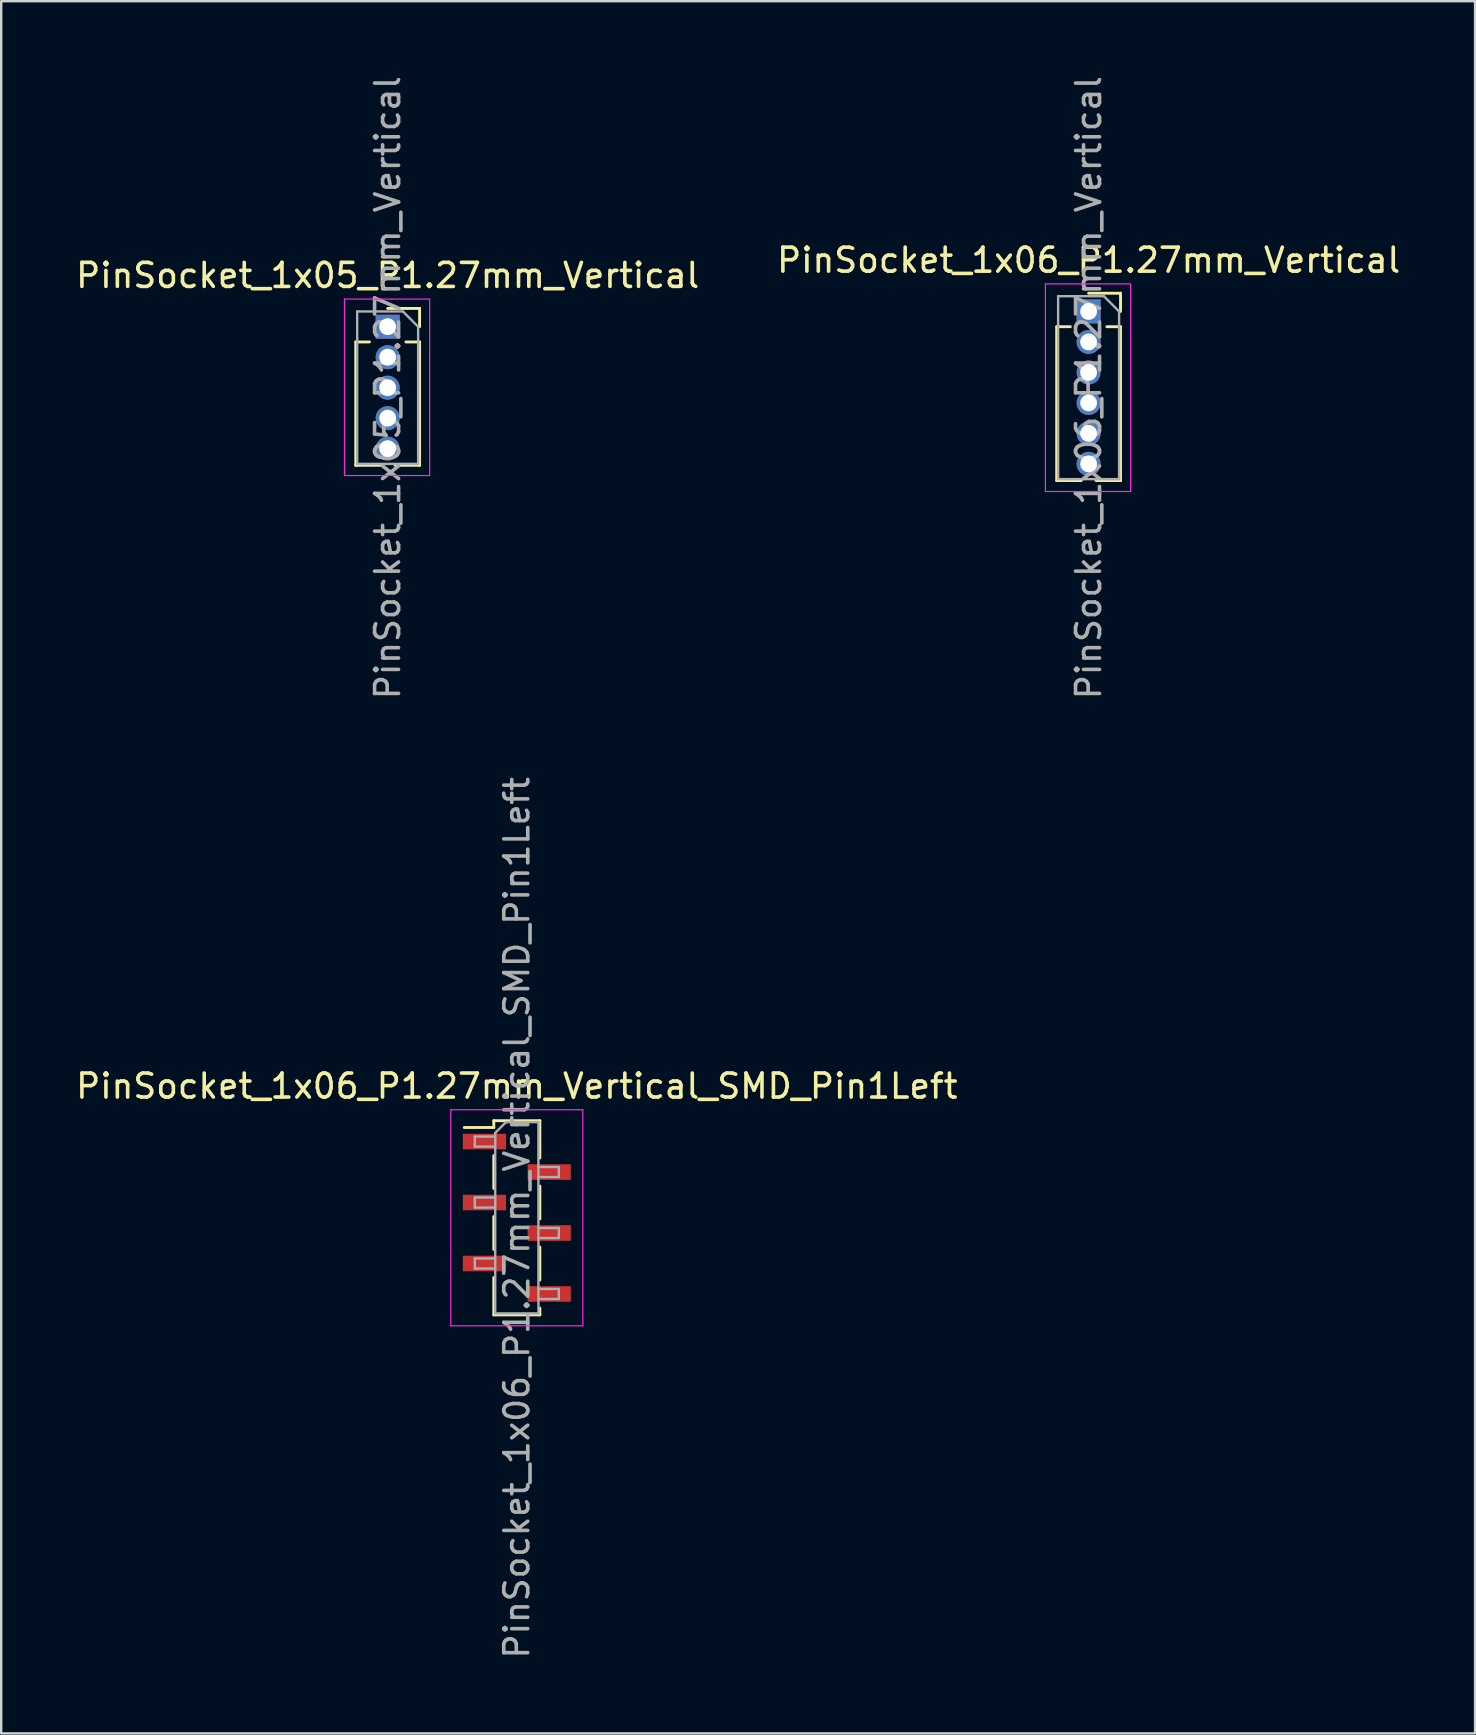
<source format=kicad_pcb>
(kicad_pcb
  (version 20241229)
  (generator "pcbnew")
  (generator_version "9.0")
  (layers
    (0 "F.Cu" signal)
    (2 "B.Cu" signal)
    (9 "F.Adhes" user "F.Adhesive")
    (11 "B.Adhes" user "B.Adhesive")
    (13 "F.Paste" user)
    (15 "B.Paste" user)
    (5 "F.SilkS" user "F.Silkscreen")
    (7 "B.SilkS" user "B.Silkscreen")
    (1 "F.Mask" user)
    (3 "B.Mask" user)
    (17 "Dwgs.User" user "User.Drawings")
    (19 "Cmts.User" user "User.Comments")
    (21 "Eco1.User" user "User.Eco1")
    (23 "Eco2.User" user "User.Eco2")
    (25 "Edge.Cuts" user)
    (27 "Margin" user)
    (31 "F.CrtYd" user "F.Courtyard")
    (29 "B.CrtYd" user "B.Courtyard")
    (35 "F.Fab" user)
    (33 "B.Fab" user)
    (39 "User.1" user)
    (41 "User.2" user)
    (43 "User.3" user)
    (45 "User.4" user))
  (footprint "PinSocket_1x06_P1.27mm_Vertical"
    (layer "F.Cu")
    (at 42.304 9.926)
    (property "Reference" "PinSocket_1x06_P1.27mm_Vertical" (at 0 -2.135 0) (layer "F.SilkS") (effects (font (size 1 1) (thickness 0.15))))
    (attr through_hole)
    (fp_line (start -1.33 0.635) (end -1.33 7.045) (stroke (width 0.12) (type solid)) (layer "F.SilkS"))
    (fp_line (start -1.33 0.635) (end -0.76 0.635) (stroke (width 0.12) (type solid)) (layer "F.SilkS"))
    (fp_line (start -1.33 7.045) (end -0.308 7.045) (stroke (width 0.12) (type solid)) (layer "F.SilkS"))
    (fp_line (start 0 -0.76) (end 1.33 -0.76) (stroke (width 0.12) (type solid)) (layer "F.SilkS"))
    (fp_line (start 0.308 7.045) (end 1.33 7.045) (stroke (width 0.12) (type solid)) (layer "F.SilkS"))
    (fp_line (start 0.76 0.635) (end 1.33 0.635) (stroke (width 0.12) (type solid)) (layer "F.SilkS"))
    (fp_line (start 1.33 -0.76) (end 1.33 0) (stroke (width 0.12) (type solid)) (layer "F.SilkS"))
    (fp_line (start 1.33 0.635) (end 1.33 7.045) (stroke (width 0.12) (type solid)) (layer "F.SilkS"))
    (fp_line (start -1.8 -1.15) (end 1.75 -1.15) (stroke (width 0.05) (type solid)) (layer "F.CrtYd"))
    (fp_line (start -1.8 7.5) (end -1.8 -1.15) (stroke (width 0.05) (type solid)) (layer "F.CrtYd"))
    (fp_line (start 1.75 -1.15) (end 1.75 7.5) (stroke (width 0.05) (type solid)) (layer "F.CrtYd"))
    (fp_line (start 1.75 7.5) (end -1.8 7.5) (stroke (width 0.05) (type solid)) (layer "F.CrtYd"))
    (fp_line (start -1.27 -0.635) (end 0.635 -0.635) (stroke (width 0.1) (type solid)) (layer "F.Fab"))
    (fp_line (start -1.27 6.985) (end -1.27 -0.635) (stroke (width 0.1) (type solid)) (layer "F.Fab"))
    (fp_line (start 0.635 -0.635) (end 1.27 0) (stroke (width 0.1) (type solid)) (layer "F.Fab"))
    (fp_line (start 1.27 0) (end 1.27 6.985) (stroke (width 0.1) (type solid)) (layer "F.Fab"))
    (fp_line (start 1.27 6.985) (end -1.27 6.985) (stroke (width 0.1) (type solid)) (layer "F.Fab"))
    (fp_text user "${REFERENCE}" (at 0 3.175 90) (layer "F.Fab") (effects (font (size 1 1) (thickness 0.15))))
    (pad "1" thru_hole rect (at 0 0) (size 1 1) (drill 0.7) (layers "*.Cu" "*.Mask"))
    (pad "2" thru_hole circle (at 0 1.27) (size 1 1) (drill 0.7) (layers "*.Cu" "*.Mask"))
    (pad "3" thru_hole circle (at 0 2.54) (size 1 1) (drill 0.7) (layers "*.Cu" "*.Mask"))
    (pad "4" thru_hole circle (at 0 3.81) (size 1 1) (drill 0.7) (layers "*.Cu" "*.Mask"))
    (pad "5" thru_hole circle (at 0 5.08) (size 1 1) (drill 0.7) (layers "*.Cu" "*.Mask"))
    (pad "6" thru_hole circle (at 0 6.35) (size 1 1) (drill 0.7) (layers "*.Cu" "*.Mask")))
  (footprint "PinSocket_1x06_P1.27mm_Vertical_SMD_Pin1Left"
    (layer "F.Cu")
    (at 18.482 47.685)
    (property "Reference" "PinSocket_1x06_P1.27mm_Vertical_SMD_Pin1Left" (at 0 -5.485 0) (layer "F.SilkS") (effects (font (size 1 1) (thickness 0.15))))
    (attr smd)
    (fp_line (start -2.19 -3.76) (end -0.96 -3.76) (stroke (width 0.12) (type solid)) (layer "F.SilkS"))
    (fp_line (start -0.96 -4.045) (end -0.96 -3.76) (stroke (width 0.12) (type solid)) (layer "F.SilkS"))
    (fp_line (start -0.96 -4.045) (end 0.96 -4.045) (stroke (width 0.12) (type solid)) (layer "F.SilkS"))
    (fp_line (start -0.96 -2.59) (end -0.96 -1.22) (stroke (width 0.12) (type solid)) (layer "F.SilkS"))
    (fp_line (start -0.96 -0.05) (end -0.96 1.32) (stroke (width 0.12) (type solid)) (layer "F.SilkS"))
    (fp_line (start -0.96 2.49) (end -0.96 4.045) (stroke (width 0.12) (type solid)) (layer "F.SilkS"))
    (fp_line (start -0.96 4.045) (end 0.96 4.045) (stroke (width 0.12) (type solid)) (layer "F.SilkS"))
    (fp_line (start 0.96 -4.045) (end 0.96 -2.49) (stroke (width 0.12) (type solid)) (layer "F.SilkS"))
    (fp_line (start 0.96 -1.32) (end 0.96 0.05) (stroke (width 0.12) (type solid)) (layer "F.SilkS"))
    (fp_line (start 0.96 1.22) (end 0.96 2.59) (stroke (width 0.12) (type solid)) (layer "F.SilkS"))
    (fp_line (start 0.96 3.76) (end 0.96 4.045) (stroke (width 0.12) (type solid)) (layer "F.SilkS"))
    (fp_line (start -2.75 -4.5) (end 2.75 -4.5) (stroke (width 0.05) (type solid)) (layer "F.CrtYd"))
    (fp_line (start -2.75 4.5) (end -2.75 -4.5) (stroke (width 0.05) (type solid)) (layer "F.CrtYd"))
    (fp_line (start 2.75 -4.5) (end 2.75 4.5) (stroke (width 0.05) (type solid)) (layer "F.CrtYd"))
    (fp_line (start 2.75 4.5) (end -2.75 4.5) (stroke (width 0.05) (type solid)) (layer "F.CrtYd"))
    (fp_line (start -1.75 -3.385) (end -0.9 -3.385) (stroke (width 0.1) (type solid)) (layer "F.Fab"))
    (fp_line (start -1.75 -2.965) (end -1.75 -3.385) (stroke (width 0.1) (type solid)) (layer "F.Fab"))
    (fp_line (start -1.75 -0.845) (end -0.9 -0.845) (stroke (width 0.1) (type solid)) (layer "F.Fab"))
    (fp_line (start -1.75 -0.425) (end -1.75 -0.845) (stroke (width 0.1) (type solid)) (layer "F.Fab"))
    (fp_line (start -1.75 1.695) (end -0.9 1.695) (stroke (width 0.1) (type solid)) (layer "F.Fab"))
    (fp_line (start -1.75 2.115) (end -1.75 1.695) (stroke (width 0.1) (type solid)) (layer "F.Fab"))
    (fp_line (start -0.9 -3.535) (end -0.45 -3.985) (stroke (width 0.1) (type solid)) (layer "F.Fab"))
    (fp_line (start -0.9 -2.965) (end -1.75 -2.965) (stroke (width 0.1) (type solid)) (layer "F.Fab"))
    (fp_line (start -0.9 -0.425) (end -1.75 -0.425) (stroke (width 0.1) (type solid)) (layer "F.Fab"))
    (fp_line (start -0.9 2.115) (end -1.75 2.115) (stroke (width 0.1) (type solid)) (layer "F.Fab"))
    (fp_line (start -0.9 3.985) (end -0.9 -3.535) (stroke (width 0.1) (type solid)) (layer "F.Fab"))
    (fp_line (start -0.45 -3.985) (end 0.9 -3.985) (stroke (width 0.1) (type solid)) (layer "F.Fab"))
    (fp_line (start 0.9 -3.985) (end 0.9 3.985) (stroke (width 0.1) (type solid)) (layer "F.Fab"))
    (fp_line (start 0.9 -2.115) (end 1.75 -2.115) (stroke (width 0.1) (type solid)) (layer "F.Fab"))
    (fp_line (start 0.9 0.425) (end 1.75 0.425) (stroke (width 0.1) (type solid)) (layer "F.Fab"))
    (fp_line (start 0.9 2.965) (end 1.75 2.965) (stroke (width 0.1) (type solid)) (layer "F.Fab"))
    (fp_line (start 0.9 3.985) (end -0.9 3.985) (stroke (width 0.1) (type solid)) (layer "F.Fab"))
    (fp_line (start 1.75 -2.115) (end 1.75 -1.695) (stroke (width 0.1) (type solid)) (layer "F.Fab"))
    (fp_line (start 1.75 -1.695) (end 0.9 -1.695) (stroke (width 0.1) (type solid)) (layer "F.Fab"))
    (fp_line (start 1.75 0.425) (end 1.75 0.845) (stroke (width 0.1) (type solid)) (layer "F.Fab"))
    (fp_line (start 1.75 0.845) (end 0.9 0.845) (stroke (width 0.1) (type solid)) (layer "F.Fab"))
    (fp_line (start 1.75 2.965) (end 1.75 3.385) (stroke (width 0.1) (type solid)) (layer "F.Fab"))
    (fp_line (start 1.75 3.385) (end 0.9 3.385) (stroke (width 0.1) (type solid)) (layer "F.Fab"))
    (fp_text user "${REFERENCE}" (at 0 0 90) (layer "F.Fab") (effects (font (size 1 1) (thickness 0.15))))
    (pad "1" smd rect (at -1.35 -3.175) (size 1.8 0.65) (layers "F.Cu" "F.Mask" "F.Paste"))
    (pad "2" smd rect (at 1.35 -1.905) (size 1.8 0.65) (layers "F.Cu" "F.Mask" "F.Paste"))
    (pad "3" smd rect (at -1.35 -0.635) (size 1.8 0.65) (layers "F.Cu" "F.Mask" "F.Paste"))
    (pad "4" smd rect (at 1.35 0.635) (size 1.8 0.65) (layers "F.Cu" "F.Mask" "F.Paste"))
    (pad "5" smd rect (at -1.35 1.905) (size 1.8 0.65) (layers "F.Cu" "F.Mask" "F.Paste"))
    (pad "6" smd rect (at 1.35 3.175) (size 1.8 0.65) (layers "F.Cu" "F.Mask" "F.Paste")))
  (footprint "PinSocket_1x05_P1.27mm_Vertical"
    (layer "F.Cu")
    (at 13.101 10.561)
    (property "Reference" "PinSocket_1x05_P1.27mm_Vertical" (at 0 -2.135 0) (layer "F.SilkS") (effects (font (size 1 1) (thickness 0.15))))
    (attr through_hole)
    (fp_line (start -1.33 0.635) (end -1.33 5.775) (stroke (width 0.12) (type solid)) (layer "F.SilkS"))
    (fp_line (start -1.33 0.635) (end -0.76 0.635) (stroke (width 0.12) (type solid)) (layer "F.SilkS"))
    (fp_line (start -1.33 5.775) (end -0.308 5.775) (stroke (width 0.12) (type solid)) (layer "F.SilkS"))
    (fp_line (start 0 -0.76) (end 1.33 -0.76) (stroke (width 0.12) (type solid)) (layer "F.SilkS"))
    (fp_line (start 0.308 5.775) (end 1.33 5.775) (stroke (width 0.12) (type solid)) (layer "F.SilkS"))
    (fp_line (start 0.76 0.635) (end 1.33 0.635) (stroke (width 0.12) (type solid)) (layer "F.SilkS"))
    (fp_line (start 1.33 -0.76) (end 1.33 0) (stroke (width 0.12) (type solid)) (layer "F.SilkS"))
    (fp_line (start 1.33 0.635) (end 1.33 5.775) (stroke (width 0.12) (type solid)) (layer "F.SilkS"))
    (fp_line (start -1.8 -1.15) (end 1.75 -1.15) (stroke (width 0.05) (type solid)) (layer "F.CrtYd"))
    (fp_line (start -1.8 6.2) (end -1.8 -1.15) (stroke (width 0.05) (type solid)) (layer "F.CrtYd"))
    (fp_line (start 1.75 -1.15) (end 1.75 6.2) (stroke (width 0.05) (type solid)) (layer "F.CrtYd"))
    (fp_line (start 1.75 6.2) (end -1.8 6.2) (stroke (width 0.05) (type solid)) (layer "F.CrtYd"))
    (fp_line (start -1.27 -0.635) (end 0.635 -0.635) (stroke (width 0.1) (type solid)) (layer "F.Fab"))
    (fp_line (start -1.27 5.715) (end -1.27 -0.635) (stroke (width 0.1) (type solid)) (layer "F.Fab"))
    (fp_line (start 0.635 -0.635) (end 1.27 0) (stroke (width 0.1) (type solid)) (layer "F.Fab"))
    (fp_line (start 1.27 0) (end 1.27 5.715) (stroke (width 0.1) (type solid)) (layer "F.Fab"))
    (fp_line (start 1.27 5.715) (end -1.27 5.715) (stroke (width 0.1) (type solid)) (layer "F.Fab"))
    (fp_text user "${REFERENCE}" (at 0 2.54 90) (layer "F.Fab") (effects (font (size 1 1) (thickness 0.15))))
    (pad "1" thru_hole rect (at 0 0) (size 1 1) (drill 0.7) (layers "*.Cu" "*.Mask"))
    (pad "2" thru_hole circle (at 0 1.27) (size 1 1) (drill 0.7) (layers "*.Cu" "*.Mask"))
    (pad "3" thru_hole circle (at 0 2.54) (size 1 1) (drill 0.7) (layers "*.Cu" "*.Mask"))
    (pad "4" thru_hole circle (at 0 3.81) (size 1 1) (drill 0.7) (layers "*.Cu" "*.Mask"))
    (pad "5" thru_hole circle (at 0 5.08) (size 1 1) (drill 0.7) (layers "*.Cu" "*.Mask")))
  (gr_rect
    (start -3 -3)
    (end 58.405 69.167)
    (stroke (width 0.1) (type default))
    (fill no)
    (layer "Edge.Cuts")))
</source>
